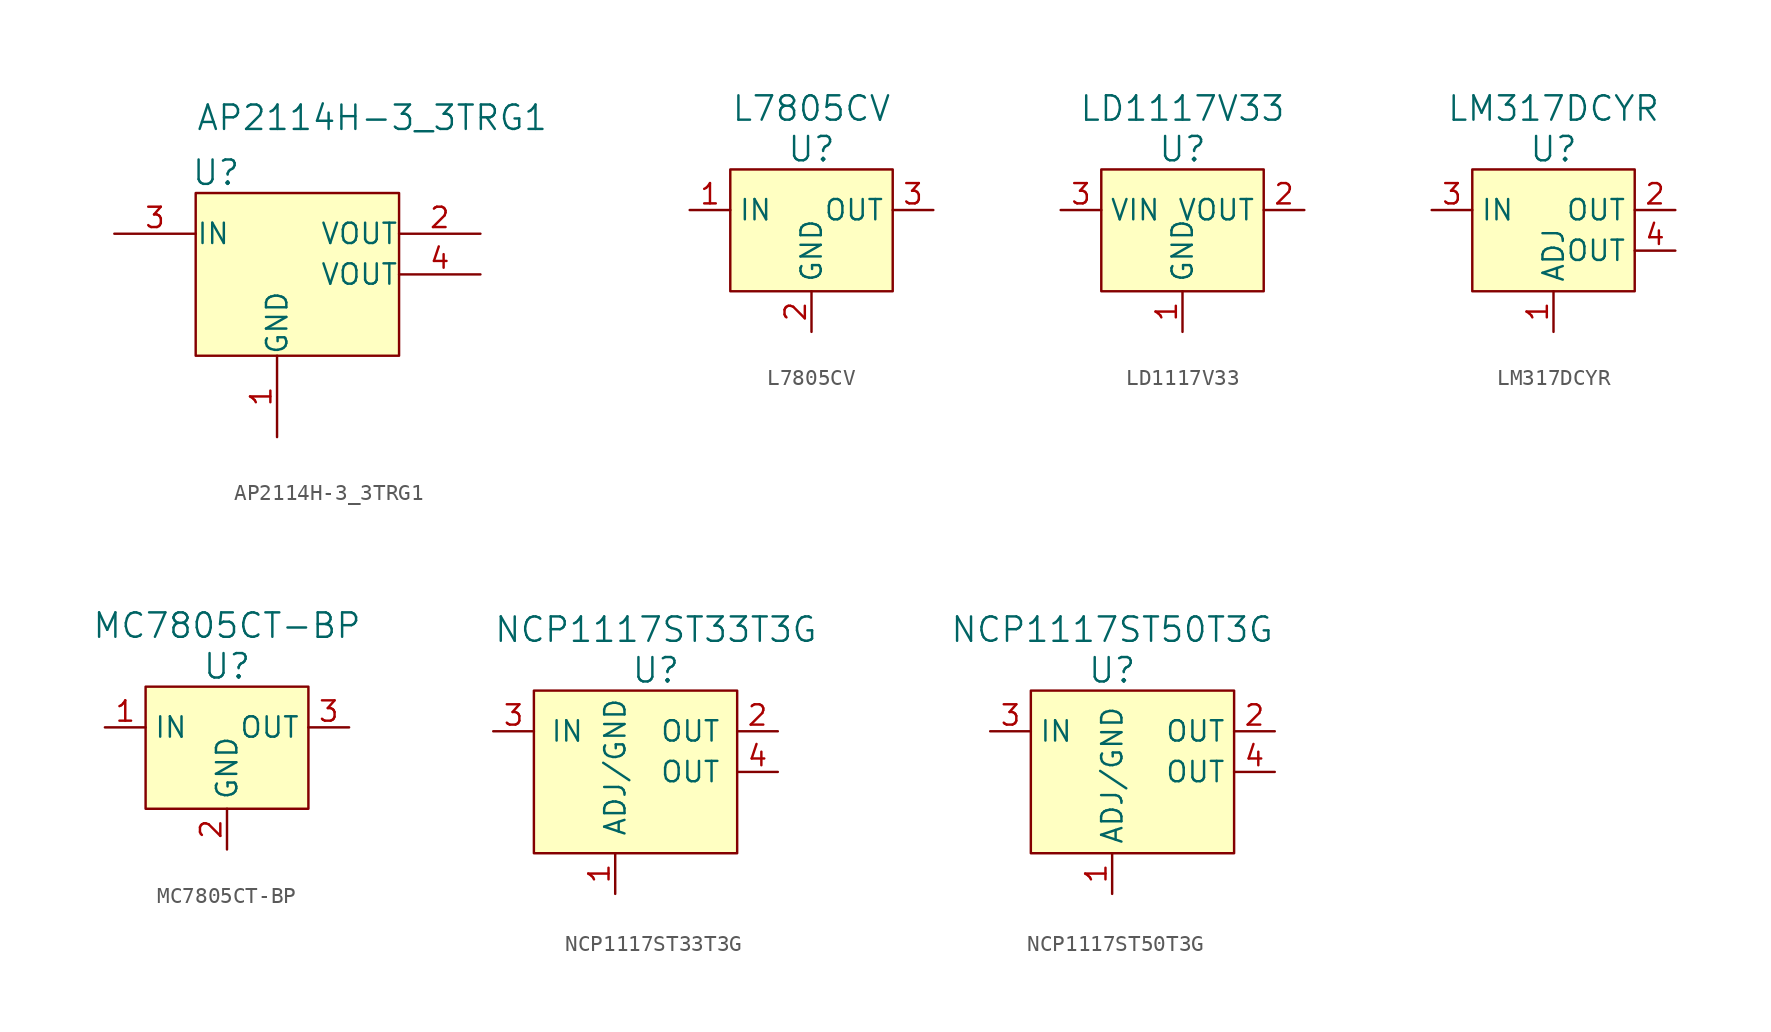
<source format=kicad_sym>
(kicad_symbol_lib
  (version 20220914)
  (generator kicad_symbol_editor)
  (symbol "AP2114H-3_3TRG1"
    (pin_names
      (offset 0.025))
    (property "Reference" "U"
      (at -6.35 3.81 0)
      (effects (font (size 1.524 1.524))))
    (property "Value" "AP2114H-3_3TRG1"
      (at -7.62 6.35 0)
      (effects (font (size 1.524 1.524)) (justify left bottom)))
    (symbol "AP2114H-3_3TRG1_0_1"
      (rectangle (start -7.62 2.54) (end 5.08 -7.62) (stroke (width 0) (type solid)) (fill (type background))))
    (symbol "AP2114H-3_3TRG1_1_1"
      (pin power_in line (at -2.54 -12.7 90) (length 5.08) (name "GND" (effects (font (size 1.27 1.27)))) (number "1" (effects (font (size 1.27 1.27)))))
      (pin output line (at 10.16 0 180) (length 5.08) (name "VOUT" (effects (font (size 1.27 1.27)))) (number "2" (effects (font (size 1.27 1.27)))))
      (pin input line (at -12.7 0 0) (length 5.08) (name "IN" (effects (font (size 1.27 1.27)))) (number "3" (effects (font (size 1.27 1.27)))))
      (pin power_out line (at 10.16 -2.54 180) (length 5.08) (name "VOUT" (effects (font (size 1.27 1.27)))) (number "4" (effects (font (size 1.27 1.27)))))))
  (symbol "L7805CV"
    (property "Reference" "U"
      (at 0 3.81 0)
      (effects (font (size 1.524 1.524))))
    (property "Value" "L7805CV"
      (at 0 6.35 0)
      (effects (font (size 1.524 1.524))))
    (symbol "L7805CV_1_1"
      (rectangle (start -5.08 2.54) (end 5.08 -5.08) (stroke (width 0) (type solid)) (fill (type background)))
      (pin power_in line (at -7.62 0 0) (length 2.54) (name "IN" (effects (font (size 1.27 1.27)))) (number "1" (effects (font (size 1.27 1.27)))))
      (pin power_in line (at 0 -7.62 90) (length 2.54) (name "GND" (effects (font (size 1.27 1.27)))) (number "2" (effects (font (size 1.27 1.27)))))
      (pin power_out line (at 7.62 0 180) (length 2.54) (name "OUT" (effects (font (size 1.27 1.27)))) (number "3" (effects (font (size 1.27 1.27)))))))
  (symbol "LD1117V33"
    (property "Reference" "U"
      (at 0 3.81 0)
      (effects (font (size 1.524 1.524))))
    (property "Value" "LD1117V33"
      (at 0 6.35 0)
      (effects (font (size 1.524 1.524))))
    (symbol "LD1117V33_1_1"
      (rectangle (start -5.08 2.54) (end 5.08 -5.08) (stroke (width 0) (type solid)) (fill (type background)))
      (pin power_in line (at 0 -7.62 90) (length 2.54) (name "GND" (effects (font (size 1.27 1.27)))) (number "1" (effects (font (size 1.27 1.27)))))
      (pin power_out line (at 7.62 0 180) (length 2.54) (name "VOUT" (effects (font (size 1.27 1.27)))) (number "2" (effects (font (size 1.27 1.27)))))
      (pin power_in line (at -7.62 0 0) (length 2.54) (name "VIN" (effects (font (size 1.27 1.27)))) (number "3" (effects (font (size 1.27 1.27)))))))
  (symbol "LM317DCYR"
    (property "Reference" "U"
      (at 0 3.81 0)
      (effects (font (size 1.524 1.524))))
    (property "Value" "LM317DCYR"
      (at 0 6.35 0)
      (effects (font (size 1.524 1.524))))
    (symbol "LM317DCYR_0_1"
      (rectangle (start -5.08 2.54) (end 5.08 -5.08) (stroke (width 0) (type solid)) (fill (type background))))
    (symbol "LM317DCYR_1_1"
      (pin input line (at 0 -7.62 90) (length 2.54) (name "ADJ" (effects (font (size 1.27 1.27)))) (number "1" (effects (font (size 1.27 1.27)))))
      (pin power_out line (at 7.62 0 180) (length 2.54) (name "OUT" (effects (font (size 1.27 1.27)))) (number "2" (effects (font (size 1.27 1.27)))))
      (pin power_in line (at -7.62 0 0) (length 2.54) (name "IN" (effects (font (size 1.27 1.27)))) (number "3" (effects (font (size 1.27 1.27)))))
      (pin power_out line (at 7.62 -2.54 180) (length 2.54) (name "OUT" (effects (font (size 1.27 1.27)))) (number "4" (effects (font (size 1.27 1.27)))))))
  (symbol "MC7805CT-BP"
    (property "Reference" "U"
      (at 0 3.81 0)
      (effects (font (size 1.524 1.524))))
    (property "Value" "MC7805CT-BP"
      (at 0 6.35 0)
      (effects (font (size 1.524 1.524))))
    (symbol "MC7805CT-BP_0_1"
      (rectangle (start -5.08 2.54) (end 5.08 -5.08) (stroke (width 0) (type solid)) (fill (type background))))
    (symbol "MC7805CT-BP_1_1"
      (pin power_in line (at -7.62 0 0) (length 2.54) (name "IN" (effects (font (size 1.27 1.27)))) (number "1" (effects (font (size 1.27 1.27)))))
      (pin power_in line (at 0 -7.62 90) (length 2.54) (name "GND" (effects (font (size 1.27 1.27)))) (number "2" (effects (font (size 1.27 1.27)))))
      (pin power_out line (at 7.62 0 180) (length 2.54) (name "OUT" (effects (font (size 1.27 1.27)))) (number "3" (effects (font (size 1.27 1.27)))))))
  (symbol "NCP1117ST33T3G"
    (pin_names
      (offset 1.016))
    (property "Reference" "U"
      (at 2.54 3.81 0)
      (effects (font (size 1.524 1.524))))
    (property "Value" "NCP1117ST33T3G"
      (at 2.54 6.35 0)
      (effects (font (size 1.524 1.524))))
    (symbol "NCP1117ST33T3G_0_1"
      (rectangle (start -5.08 2.54) (end 7.62 -7.62) (stroke (width 0) (type solid)) (fill (type background))))
    (symbol "NCP1117ST33T3G_1_1"
      (pin power_in line (at 0 -10.16 90) (length 2.54) (name "ADJ/GND" (effects (font (size 1.27 1.27)))) (number "1" (effects (font (size 1.27 1.27)))))
      (pin power_out line (at 10.16 0 180) (length 2.54) (name "OUT" (effects (font (size 1.27 1.27)))) (number "2" (effects (font (size 1.27 1.27)))))
      (pin power_in line (at -7.62 0 0) (length 2.54) (name "IN" (effects (font (size 1.27 1.27)))) (number "3" (effects (font (size 1.27 1.27)))))
      (pin power_out line (at 10.16 -2.54 180) (length 2.54) (name "OUT" (effects (font (size 1.27 1.27)))) (number "4" (effects (font (size 1.27 1.27)))))))
  (symbol "NCP1117ST50T3G"
    (property "Reference" "U"
      (at 0 3.81 0)
      (effects (font (size 1.524 1.524))))
    (property "Value" "NCP1117ST50T3G"
      (at 0 6.35 0)
      (effects (font (size 1.524 1.524))))
    (symbol "NCP1117ST50T3G_0_1"
      (rectangle (start -5.08 2.54) (end 7.62 -7.62) (stroke (width 0) (type solid)) (fill (type background))))
    (symbol "NCP1117ST50T3G_1_1"
      (pin power_in line (at 0 -10.16 90) (length 2.54) (name "ADJ/GND" (effects (font (size 1.27 1.27)))) (number "1" (effects (font (size 1.27 1.27)))))
      (pin power_out line (at 10.16 0 180) (length 2.54) (name "OUT" (effects (font (size 1.27 1.27)))) (number "2" (effects (font (size 1.27 1.27)))))
      (pin power_in line (at -7.62 0 0) (length 2.54) (name "IN" (effects (font (size 1.27 1.27)))) (number "3" (effects (font (size 1.27 1.27)))))
      (pin power_out line (at 10.16 -2.54 180) (length 2.54) (name "OUT" (effects (font (size 1.27 1.27)))) (number "4" (effects (font (size 1.27 1.27))))))))
</source>
